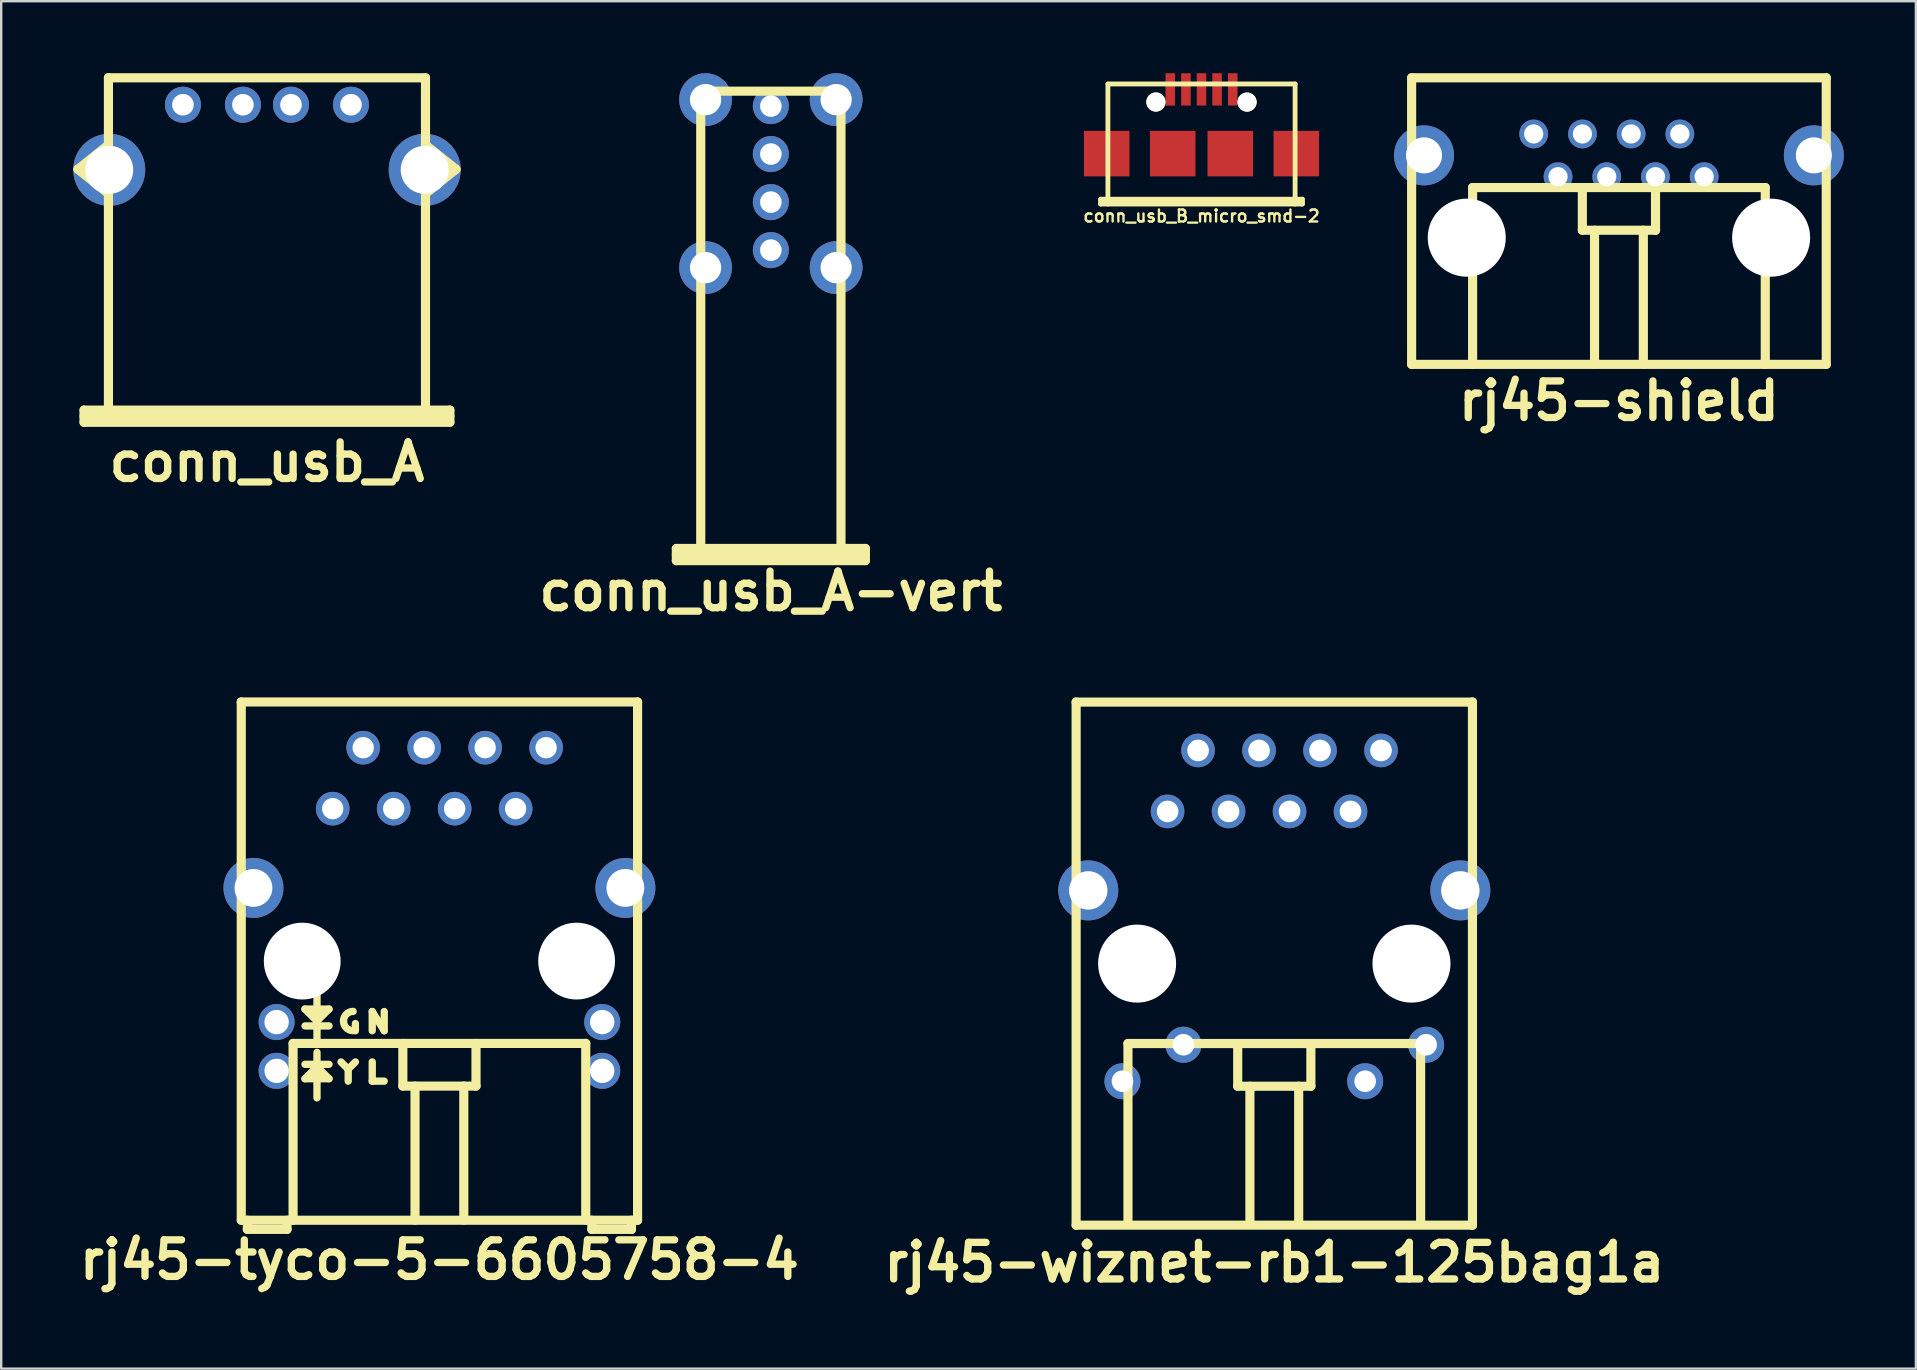
<source format=kicad_pcb>
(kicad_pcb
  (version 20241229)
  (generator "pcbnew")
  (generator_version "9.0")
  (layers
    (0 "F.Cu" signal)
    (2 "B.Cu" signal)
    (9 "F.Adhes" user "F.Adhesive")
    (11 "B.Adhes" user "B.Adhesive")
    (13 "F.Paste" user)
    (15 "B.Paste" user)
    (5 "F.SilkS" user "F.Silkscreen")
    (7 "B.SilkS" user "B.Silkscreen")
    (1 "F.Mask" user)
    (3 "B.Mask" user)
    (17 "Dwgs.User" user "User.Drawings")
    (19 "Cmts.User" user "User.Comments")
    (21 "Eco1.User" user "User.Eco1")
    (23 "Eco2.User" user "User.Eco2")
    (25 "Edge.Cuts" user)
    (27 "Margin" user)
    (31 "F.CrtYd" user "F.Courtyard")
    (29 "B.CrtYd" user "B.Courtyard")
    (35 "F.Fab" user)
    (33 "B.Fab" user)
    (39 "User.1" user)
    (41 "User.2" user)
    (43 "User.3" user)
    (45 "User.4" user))
  (footprint "conn_usb_A"
    (layer "F.Cu")
    (at 8.071 7.303)
    (property "Reference" "conn_usb_A" (at 0 8.89 0) (layer "F.SilkS") (effects (font (size 1.524 1.524) (thickness 0.305))))
    (attr through_hole)
    (fp_line (start -7.874 -3.302) (end -6.604 -2.286) (stroke (width 0.381) (type solid)) (layer "F.SilkS"))
    (fp_line (start -7.62 6.731) (end -7.62 7.239) (stroke (width 0.381) (type solid)) (layer "F.SilkS"))
    (fp_line (start -7.62 6.731) (end 7.62 6.731) (stroke (width 0.381) (type solid)) (layer "F.SilkS"))
    (fp_line (start -7.62 6.985) (end 7.62 6.985) (stroke (width 0.381) (type solid)) (layer "F.SilkS"))
    (fp_line (start -6.604 -7.112) (end -6.604 7.112) (stroke (width 0.381) (type solid)) (layer "F.SilkS"))
    (fp_line (start -6.604 -4.318) (end -7.874 -3.302) (stroke (width 0.381) (type solid)) (layer "F.SilkS"))
    (fp_line (start 6.604 -7.112) (end -6.604 -7.112) (stroke (width 0.381) (type solid)) (layer "F.SilkS"))
    (fp_line (start 6.604 -4.318) (end 7.874 -3.302) (stroke (width 0.381) (type solid)) (layer "F.SilkS"))
    (fp_line (start 6.604 7.112) (end 6.604 -7.112) (stroke (width 0.381) (type solid)) (layer "F.SilkS"))
    (fp_line (start 7.62 6.731) (end 7.62 7.239) (stroke (width 0.381) (type solid)) (layer "F.SilkS"))
    (fp_line (start 7.62 7.239) (end -7.62 7.239) (stroke (width 0.381) (type solid)) (layer "F.SilkS"))
    (fp_line (start 7.874 -3.302) (end 6.604 -2.286) (stroke (width 0.381) (type solid)) (layer "F.SilkS"))
    (pad "" thru_hole circle (at -6.571 -3.279) (size 3 3) (drill 1.999) (layers "*.Cu" "*.Mask"))
    (pad "" thru_hole circle (at 6.571 -3.279) (size 3 3) (drill 1.999) (layers "*.Cu" "*.Mask"))
    (pad "1" thru_hole circle (at -3.5 -5.989) (size 1.501 1.501) (drill 0.899) (layers "*.Cu" "*.Mask"))
    (pad "2" thru_hole circle (at -1.001 -5.989) (size 1.501 1.501) (drill 0.899) (layers "*.Cu" "*.Mask"))
    (pad "3" thru_hole circle (at 1.001 -5.989) (size 1.501 1.501) (drill 0.899) (layers "*.Cu" "*.Mask"))
    (pad "4" thru_hole circle (at 3.5 -5.989) (size 1.501 1.501) (drill 0.899) (layers "*.Cu" "*.Mask")))
  (footprint "rj45-shield"
    (layer "F.Cu")
    (at 64.391 6.795)
    (property "Reference" "rj45-shield" (at 0 6.858 0) (layer "F.SilkS") (effects (font (size 1.524 1.524) (thickness 0.305))))
    (attr through_hole)
    (fp_line (start -8.636 -6.604) (end -8.636 5.334) (stroke (width 0.381) (type solid)) (layer "F.SilkS"))
    (fp_line (start -8.636 -6.604) (end 8.636 -6.604) (stroke (width 0.381) (type solid)) (layer "F.SilkS"))
    (fp_line (start -6.096 -2.032) (end 6.096 -2.032) (stroke (width 0.381) (type solid)) (layer "F.SilkS"))
    (fp_line (start -6.096 5.334) (end -6.096 -2.032) (stroke (width 0.381) (type solid)) (layer "F.SilkS"))
    (fp_line (start -1.524 -0.254) (end -1.524 -2.032) (stroke (width 0.381) (type solid)) (layer "F.SilkS"))
    (fp_line (start -1.016 5.334) (end -1.016 -0.254) (stroke (width 0.381) (type solid)) (layer "F.SilkS"))
    (fp_line (start 1.016 -0.254) (end 1.016 5.334) (stroke (width 0.381) (type solid)) (layer "F.SilkS"))
    (fp_line (start 1.524 -2.032) (end 1.524 -0.254) (stroke (width 0.381) (type solid)) (layer "F.SilkS"))
    (fp_line (start 1.524 -0.254) (end -1.524 -0.254) (stroke (width 0.381) (type solid)) (layer "F.SilkS"))
    (fp_line (start 6.096 -2.032) (end 6.096 5.334) (stroke (width 0.381) (type solid)) (layer "F.SilkS"))
    (fp_line (start 8.636 5.334) (end -8.636 5.334) (stroke (width 0.381) (type solid)) (layer "F.SilkS"))
    (fp_line (start 8.636 5.334) (end 8.636 -6.604) (stroke (width 0.381) (type solid)) (layer "F.SilkS"))
    (pad "" thru_hole circle (at -8.12 -3.373) (size 2.499 2.499) (drill 1.501) (layers "*.Cu" "*.Mask"))
    (pad "" np_thru_hole circle (at -6.34 0.056) (size 3.251 3.251) (drill 3.251) (layers "*.Cu"))
    (pad "" np_thru_hole circle (at 6.34 0.056) (size 3.251 3.251) (drill 3.251) (layers "*.Cu"))
    (pad "" thru_hole circle (at 8.12 -3.373) (size 2.499 2.499) (drill 1.501) (layers "*.Cu" "*.Mask"))
    (pad "1" thru_hole circle (at 3.551 -2.484) (size 1.199 1.199) (drill 0.8) (layers "*.Cu" "*.Mask"))
    (pad "2" thru_hole circle (at 2.537 -4.265) (size 1.199 1.199) (drill 0.8) (layers "*.Cu" "*.Mask"))
    (pad "3" thru_hole circle (at 1.521 -2.484) (size 1.199 1.199) (drill 0.8) (layers "*.Cu" "*.Mask"))
    (pad "4" thru_hole circle (at 0.508 -4.265) (size 1.199 1.199) (drill 0.8) (layers "*.Cu" "*.Mask"))
    (pad "5" thru_hole circle (at -0.508 -2.484) (size 1.199 1.199) (drill 0.8) (layers "*.Cu" "*.Mask"))
    (pad "6" thru_hole circle (at -1.521 -4.265) (size 1.199 1.199) (drill 0.8) (layers "*.Cu" "*.Mask"))
    (pad "7" thru_hole circle (at -2.537 -2.484) (size 1.199 1.199) (drill 0.8) (layers "*.Cu" "*.Mask"))
    (pad "8" thru_hole circle (at -3.551 -4.265) (size 1.199 1.199) (drill 0.8) (layers "*.Cu" "*.Mask")))
  (footprint "rj45-tyco-5-6605758-4"
    (layer "F.Cu")
    (at 15.255 36.987)
    (property "Reference" "rj45-tyco-5-6605758-4" (at 0 12.446 0) (layer "F.SilkS") (effects (font (size 1.524 1.524) (thickness 0.305))))
    (attr through_hole)
    (fp_line (start -8.255 -10.795) (end 8.255 -10.795) (stroke (width 0.381) (type solid)) (layer "F.SilkS"))
    (fp_line (start -8.255 10.795) (end -8.255 -10.795) (stroke (width 0.381) (type solid)) (layer "F.SilkS"))
    (fp_line (start -8.255 10.795) (end 8.255 10.795) (stroke (width 0.381) (type solid)) (layer "F.SilkS"))
    (fp_line (start -8.001 11.176) (end -8.001 10.795) (stroke (width 0.381) (type solid)) (layer "F.SilkS"))
    (fp_line (start -8.001 11.176) (end -6.35 11.176) (stroke (width 0.381) (type solid)) (layer "F.SilkS"))
    (fp_line (start -6.35 11.176) (end -6.35 10.795) (stroke (width 0.381) (type solid)) (layer "F.SilkS"))
    (fp_line (start -6.096 3.429) (end -6.096 10.795) (stroke (width 0.381) (type solid)) (layer "F.SilkS"))
    (fp_line (start -6.096 3.429) (end 6.096 3.429) (stroke (width 0.381) (type solid)) (layer "F.SilkS"))
    (fp_line (start -5.601 1.999) (end -4.6 1.999) (stroke (width 0.305) (type solid)) (layer "F.SilkS"))
    (fp_line (start -5.601 4.3) (end -4.6 4.3) (stroke (width 0.305) (type solid)) (layer "F.SilkS"))
    (fp_line (start -5.601 4.9) (end -5.1 4.399) (stroke (width 0.305) (type solid)) (layer "F.SilkS"))
    (fp_line (start -5.1 2.499) (end -5.601 1.999) (stroke (width 0.305) (type solid)) (layer "F.SilkS"))
    (fp_line (start -5.1 3.299) (end -5.1 1.4) (stroke (width 0.305) (type solid)) (layer "F.SilkS"))
    (fp_line (start -5.1 4.399) (end -4.6 4.9) (stroke (width 0.305) (type solid)) (layer "F.SilkS"))
    (fp_line (start -5.1 5.7) (end -5.1 3.8) (stroke (width 0.305) (type solid)) (layer "F.SilkS"))
    (fp_line (start -4.6 1.999) (end -5.1 2.499) (stroke (width 0.305) (type solid)) (layer "F.SilkS"))
    (fp_line (start -4.6 2.7) (end -5.598 2.7) (stroke (width 0.305) (type solid)) (layer "F.SilkS"))
    (fp_line (start -4.6 4.9) (end -5.601 4.9) (stroke (width 0.305) (type solid)) (layer "F.SilkS"))
    (fp_line (start -3.8 4.498) (end -3.8 4.999) (stroke (width 0.305) (type solid)) (layer "F.SilkS"))
    (fp_line (start -3.8 4.501) (end -4.1 4.201) (stroke (width 0.305) (type solid)) (layer "F.SilkS"))
    (fp_line (start -3.8 4.501) (end -3.5 4.201) (stroke (width 0.305) (type solid)) (layer "F.SilkS"))
    (fp_line (start -3.5 2.601) (end -3.5 2.901) (stroke (width 0.305) (type solid)) (layer "F.SilkS"))
    (fp_line (start -2.799 2.101) (end -2.299 2.901) (stroke (width 0.305) (type solid)) (layer "F.SilkS"))
    (fp_line (start -2.799 2.901) (end -2.799 2.101) (stroke (width 0.305) (type solid)) (layer "F.SilkS"))
    (fp_line (start -2.799 4.201) (end -2.799 5.001) (stroke (width 0.305) (type solid)) (layer "F.SilkS"))
    (fp_line (start -2.799 5.001) (end -2.301 5.001) (stroke (width 0.305) (type solid)) (layer "F.SilkS"))
    (fp_line (start -2.299 2.901) (end -2.299 2.101) (stroke (width 0.305) (type solid)) (layer "F.SilkS"))
    (fp_line (start -1.524 5.207) (end -1.524 3.429) (stroke (width 0.381) (type solid)) (layer "F.SilkS"))
    (fp_line (start -1.016 10.795) (end -1.016 5.207) (stroke (width 0.381) (type solid)) (layer "F.SilkS"))
    (fp_line (start 1.016 5.207) (end 1.016 10.795) (stroke (width 0.381) (type solid)) (layer "F.SilkS"))
    (fp_line (start 1.524 3.429) (end 1.524 5.207) (stroke (width 0.381) (type solid)) (layer "F.SilkS"))
    (fp_line (start 1.524 5.207) (end -1.524 5.207) (stroke (width 0.381) (type solid)) (layer "F.SilkS"))
    (fp_line (start 6.096 3.429) (end 6.096 10.795) (stroke (width 0.381) (type solid)) (layer "F.SilkS"))
    (fp_line (start 6.35 11.176) (end 6.35 10.795) (stroke (width 0.381) (type solid)) (layer "F.SilkS"))
    (fp_line (start 6.35 11.176) (end 8.001 11.176) (stroke (width 0.381) (type solid)) (layer "F.SilkS"))
    (fp_line (start 8.001 11.176) (end 8.001 10.795) (stroke (width 0.381) (type solid)) (layer "F.SilkS"))
    (fp_line (start 8.255 -10.795) (end 8.255 10.795) (stroke (width 0.381) (type solid)) (layer "F.SilkS"))
    (fp_arc (start -3.99542 2.49682) (mid -3.877876 2.213044) (end -3.5941 2.0955) (stroke (width 0.3048) (type solid)) (layer "F.SilkS"))
    (fp_arc (start -3.5941 2.89814) (mid -3.877876 2.780596) (end -3.99542 2.49682) (stroke (width 0.3048) (type solid)) (layer "F.SilkS"))
    (pad "" thru_hole circle (at -7.747 -3.048) (size 2.499 2.499) (drill 1.575) (layers "*.Cu" "*.Mask"))
    (pad "" np_thru_hole circle (at -5.715 0) (size 3.2 3.2) (drill 3.2) (layers "*.Cu"))
    (pad "" np_thru_hole circle (at 5.715 0) (size 3.2 3.2) (drill 3.2) (layers "*.Cu"))
    (pad "" thru_hole circle (at 7.747 -3.048) (size 2.499 2.499) (drill 1.575) (layers "*.Cu" "*.Mask"))
    (pad "1" thru_hole circle (at -4.445 -6.35) (size 1.4 1.4) (drill 0.889) (layers "*.Cu" "*.Mask"))
    (pad "2" thru_hole circle (at -3.175 -8.89) (size 1.4 1.4) (drill 0.889) (layers "*.Cu" "*.Mask"))
    (pad "3" thru_hole circle (at -1.905 -6.35) (size 1.4 1.4) (drill 0.889) (layers "*.Cu" "*.Mask"))
    (pad "4" thru_hole circle (at -0.635 -8.89) (size 1.4 1.4) (drill 0.889) (layers "*.Cu" "*.Mask"))
    (pad "5" thru_hole circle (at 0.635 -6.35) (size 1.4 1.4) (drill 0.889) (layers "*.Cu" "*.Mask"))
    (pad "6" thru_hole circle (at 1.905 -8.89) (size 1.4 1.4) (drill 0.889) (layers "*.Cu" "*.Mask"))
    (pad "7" thru_hole circle (at 3.175 -6.35) (size 1.4 1.4) (drill 0.889) (layers "*.Cu" "*.Mask"))
    (pad "8" thru_hole circle (at 4.445 -8.89) (size 1.4 1.4) (drill 0.889) (layers "*.Cu" "*.Mask"))
    (pad "9" thru_hole circle (at -6.782 2.54) (size 1.501 1.501) (drill 1.016) (layers "*.Cu" "*.Mask"))
    (pad "10" thru_hole circle (at -6.782 4.572) (size 1.501 1.501) (drill 1.016) (layers "*.Cu" "*.Mask"))
    (pad "11" thru_hole circle (at 6.782 2.54) (size 1.501 1.501) (drill 1.016) (layers "*.Cu" "*.Mask"))
    (pad "12" thru_hole circle (at 6.782 4.572) (size 1.501 1.501) (drill 1.016) (layers "*.Cu" "*.Mask")))
  (footprint "conn_usb_A-vert"
    (layer "F.Cu")
    (at 29.062 10.399)
    (property "Reference" "conn_usb_A-vert" (at 0 11.176 0) (layer "F.SilkS") (effects (font (size 1.524 1.524) (thickness 0.305))))
    (attr through_hole)
    (fp_line (start -3.937 9.398) (end -3.937 9.906) (stroke (width 0.381) (type solid)) (layer "F.SilkS"))
    (fp_line (start -3.937 9.906) (end 3.937 9.906) (stroke (width 0.381) (type solid)) (layer "F.SilkS"))
    (fp_line (start -2.921 -9.652) (end -2.921 9.652) (stroke (width 0.381) (type solid)) (layer "F.SilkS"))
    (fp_line (start 2.921 -9.652) (end -2.921 -9.652) (stroke (width 0.381) (type solid)) (layer "F.SilkS"))
    (fp_line (start 2.921 9.652) (end 2.921 -9.652) (stroke (width 0.381) (type solid)) (layer "F.SilkS"))
    (fp_line (start 3.937 9.398) (end -3.937 9.398) (stroke (width 0.381) (type solid)) (layer "F.SilkS"))
    (fp_line (start 3.937 9.652) (end -3.937 9.652) (stroke (width 0.381) (type solid)) (layer "F.SilkS"))
    (fp_line (start 3.937 9.906) (end 3.937 9.398) (stroke (width 0.381) (type solid)) (layer "F.SilkS"))
    (pad "" thru_hole circle (at -2.72 -9.299) (size 2.2 2.2) (drill 1.3) (layers "*.Cu" "*.Mask"))
    (pad "" thru_hole circle (at -2.72 -2.301) (size 2.2 2.2) (drill 1.3) (layers "*.Cu" "*.Mask"))
    (pad "" thru_hole circle (at 2.72 -9.299) (size 2.2 2.2) (drill 1.3) (layers "*.Cu" "*.Mask"))
    (pad "" thru_hole circle (at 2.72 -2.301) (size 2.2 2.2) (drill 1.3) (layers "*.Cu" "*.Mask"))
    (pad "1" thru_hole circle (at 0 -3.03) (size 1.501 1.501) (drill 0.899) (layers "*.Cu" "*.Mask"))
    (pad "2" thru_hole circle (at 0 -5.029) (size 1.501 1.501) (drill 0.899) (layers "*.Cu" "*.Mask"))
    (pad "3" thru_hole circle (at 0 -7.031) (size 1.501 1.501) (drill 0.899) (layers "*.Cu" "*.Mask"))
    (pad "4" thru_hole circle (at 0 -9.03) (size 1.501 1.501) (drill 0.899) (layers "*.Cu" "*.Mask")))
  (footprint "conn_usb_B_micro_smd-2"
    (layer "F.Cu")
    (at 47.002 3.349)
    (property "Reference" "conn_usb_B_micro_smd-2" (at 0 2.601 0) (layer "F.SilkS") (effects (font (size 0.5 0.5) (thickness 0.099))))
    (attr smd)
    (fp_line (start -4.201 1.9) (end -4.201 2.101) (stroke (width 0.201) (type solid)) (layer "F.SilkS"))
    (fp_line (start -4.201 1.999) (end 4.201 1.999) (stroke (width 0.201) (type solid)) (layer "F.SilkS"))
    (fp_line (start -4.201 2.101) (end 4.201 2.101) (stroke (width 0.201) (type solid)) (layer "F.SilkS"))
    (fp_line (start -3.899 -2.901) (end 3.899 -2.901) (stroke (width 0.201) (type solid)) (layer "F.SilkS"))
    (fp_line (start -3.899 2.101) (end -3.899 -2.901) (stroke (width 0.201) (type solid)) (layer "F.SilkS"))
    (fp_line (start 3.899 -2.901) (end 3.899 2.101) (stroke (width 0.201) (type solid)) (layer "F.SilkS"))
    (fp_line (start 4.201 1.9) (end -4.201 1.9) (stroke (width 0.201) (type solid)) (layer "F.SilkS"))
    (fp_line (start 4.201 2.101) (end 4.201 1.9) (stroke (width 0.201) (type solid)) (layer "F.SilkS"))
    (pad "" smd rect (at -3.95 0) (size 1.897 1.897) (layers "F.Cu" "F.Mask" "F.Paste"))
    (pad "" np_thru_hole circle (at -1.9 -2.149) (size 0.798 0.798) (drill 0.798) (layers "*.Cu" "*.Mask" "F.SilkS"))
    (pad "" smd rect (at -1.199 0) (size 1.897 1.897) (layers "F.Cu" "F.Mask" "F.Paste"))
    (pad "" smd rect (at 1.199 0) (size 1.897 1.897) (layers "F.Cu" "F.Mask" "F.Paste"))
    (pad "" np_thru_hole circle (at 1.897 -2.146) (size 0.798 0.798) (drill 0.798) (layers "*.Cu" "*.Mask" "F.SilkS"))
    (pad "" smd rect (at 3.95 0) (size 1.897 1.897) (layers "F.Cu" "F.Mask" "F.Paste"))
    (pad "1" smd rect (at -1.3 -2.675) (size 0.399 1.349) (layers "F.Cu" "F.Mask" "F.Paste"))
    (pad "2" smd rect (at -0.648 -2.675) (size 0.399 1.346) (layers "F.Cu" "F.Mask" "F.Paste"))
    (pad "3" smd rect (at 0 -2.675) (size 0.399 1.346) (layers "F.Cu" "F.Mask" "F.Paste"))
    (pad "4" smd rect (at 0.648 -2.675) (size 0.399 1.346) (layers "F.Cu" "F.Mask" "F.Paste"))
    (pad "5" smd rect (at 1.3 -2.675) (size 0.399 1.346) (layers "F.Cu" "F.Mask" "F.Paste")))
  (footprint "rj45-wiznet-rb1-125bag1a"
    (layer "F.Cu")
    (at 50.034 37.092)
    (property "Reference" "rj45-wiznet-rb1-125bag1a" (at 0 12.446 0) (layer "F.SilkS") (effects (font (size 1.524 1.524) (thickness 0.305))))
    (attr through_hole)
    (fp_line (start -8.255 -10.895) (end 8.255 -10.895) (stroke (width 0.381) (type solid)) (layer "F.SilkS"))
    (fp_line (start -8.255 10.895) (end 8.255 10.895) (stroke (width 0.381) (type solid)) (layer "F.SilkS"))
    (fp_line (start -8.255 10.9) (end -8.255 -10.9) (stroke (width 0.381) (type solid)) (layer "F.SilkS"))
    (fp_line (start -6.096 3.329) (end -6.096 10.695) (stroke (width 0.381) (type solid)) (layer "F.SilkS"))
    (fp_line (start -6.096 3.329) (end 6.096 3.329) (stroke (width 0.381) (type solid)) (layer "F.SilkS"))
    (fp_line (start -1.524 5.107) (end -1.524 3.329) (stroke (width 0.381) (type solid)) (layer "F.SilkS"))
    (fp_line (start -1.016 10.695) (end -1.016 5.107) (stroke (width 0.381) (type solid)) (layer "F.SilkS"))
    (fp_line (start 1.016 5.107) (end 1.016 10.695) (stroke (width 0.381) (type solid)) (layer "F.SilkS"))
    (fp_line (start 1.524 3.329) (end 1.524 5.107) (stroke (width 0.381) (type solid)) (layer "F.SilkS"))
    (fp_line (start 1.524 5.107) (end -1.524 5.107) (stroke (width 0.381) (type solid)) (layer "F.SilkS"))
    (fp_line (start 6.096 3.329) (end 6.096 10.695) (stroke (width 0.381) (type solid)) (layer "F.SilkS"))
    (fp_line (start 8.255 -10.9) (end 8.255 10.9) (stroke (width 0.381) (type solid)) (layer "F.SilkS"))
    (pad "" np_thru_hole circle (at -5.715 0) (size 3.25 3.25) (drill 3.25) (layers "*.Cu"))
    (pad "" np_thru_hole circle (at 5.715 0) (size 3.25 3.25) (drill 3.25) (layers "*.Cu"))
    (pad "1" thru_hole circle (at -4.445 -6.34) (size 1.4 1.4) (drill 0.9) (layers "*.Cu" "*.Mask"))
    (pad "2" thru_hole circle (at -3.175 -8.88) (size 1.4 1.4) (drill 0.9) (layers "*.Cu" "*.Mask"))
    (pad "3" thru_hole circle (at -1.905 -6.34) (size 1.4 1.4) (drill 0.9) (layers "*.Cu" "*.Mask"))
    (pad "4" thru_hole circle (at -0.635 -8.88) (size 1.4 1.4) (drill 0.9) (layers "*.Cu" "*.Mask"))
    (pad "5" thru_hole circle (at 0.635 -6.34) (size 1.4 1.4) (drill 0.9) (layers "*.Cu" "*.Mask"))
    (pad "6" thru_hole circle (at 1.905 -8.88) (size 1.4 1.4) (drill 0.9) (layers "*.Cu" "*.Mask"))
    (pad "7" thru_hole circle (at 3.175 -6.34) (size 1.4 1.4) (drill 0.9) (layers "*.Cu" "*.Mask"))
    (pad "8" thru_hole circle (at 4.445 -8.88) (size 1.4 1.4) (drill 0.9) (layers "*.Cu" "*.Mask"))
    (pad "9" thru_hole circle (at 6.325 3.38) (size 1.5 1.5) (drill 0.9) (layers "*.Cu" "*.Mask"))
    (pad "10" thru_hole circle (at 3.785 4.9) (size 1.5 1.5) (drill 0.9) (layers "*.Cu" "*.Mask"))
    (pad "11" thru_hole circle (at -3.785 3.38) (size 1.5 1.5) (drill 0.9) (layers "*.Cu" "*.Mask"))
    (pad "12" thru_hole circle (at -6.325 4.9) (size 1.5 1.5) (drill 0.9) (layers "*.Cu" "*.Mask"))
    (pad "13" thru_hole circle (at -7.75 -3.05) (size 2.5 2.5) (drill 1.6) (layers "*.Cu" "*.Mask"))
    (pad "13" thru_hole circle (at 7.75 -3.05) (size 2.5 2.5) (drill 1.6) (layers "*.Cu" "*.Mask")))
  (gr_rect
    (start -3 -3)
    (end 76.761 53.964)
    (stroke (width 0.1) (type default))
    (fill no)
    (layer "Edge.Cuts")))
</source>
